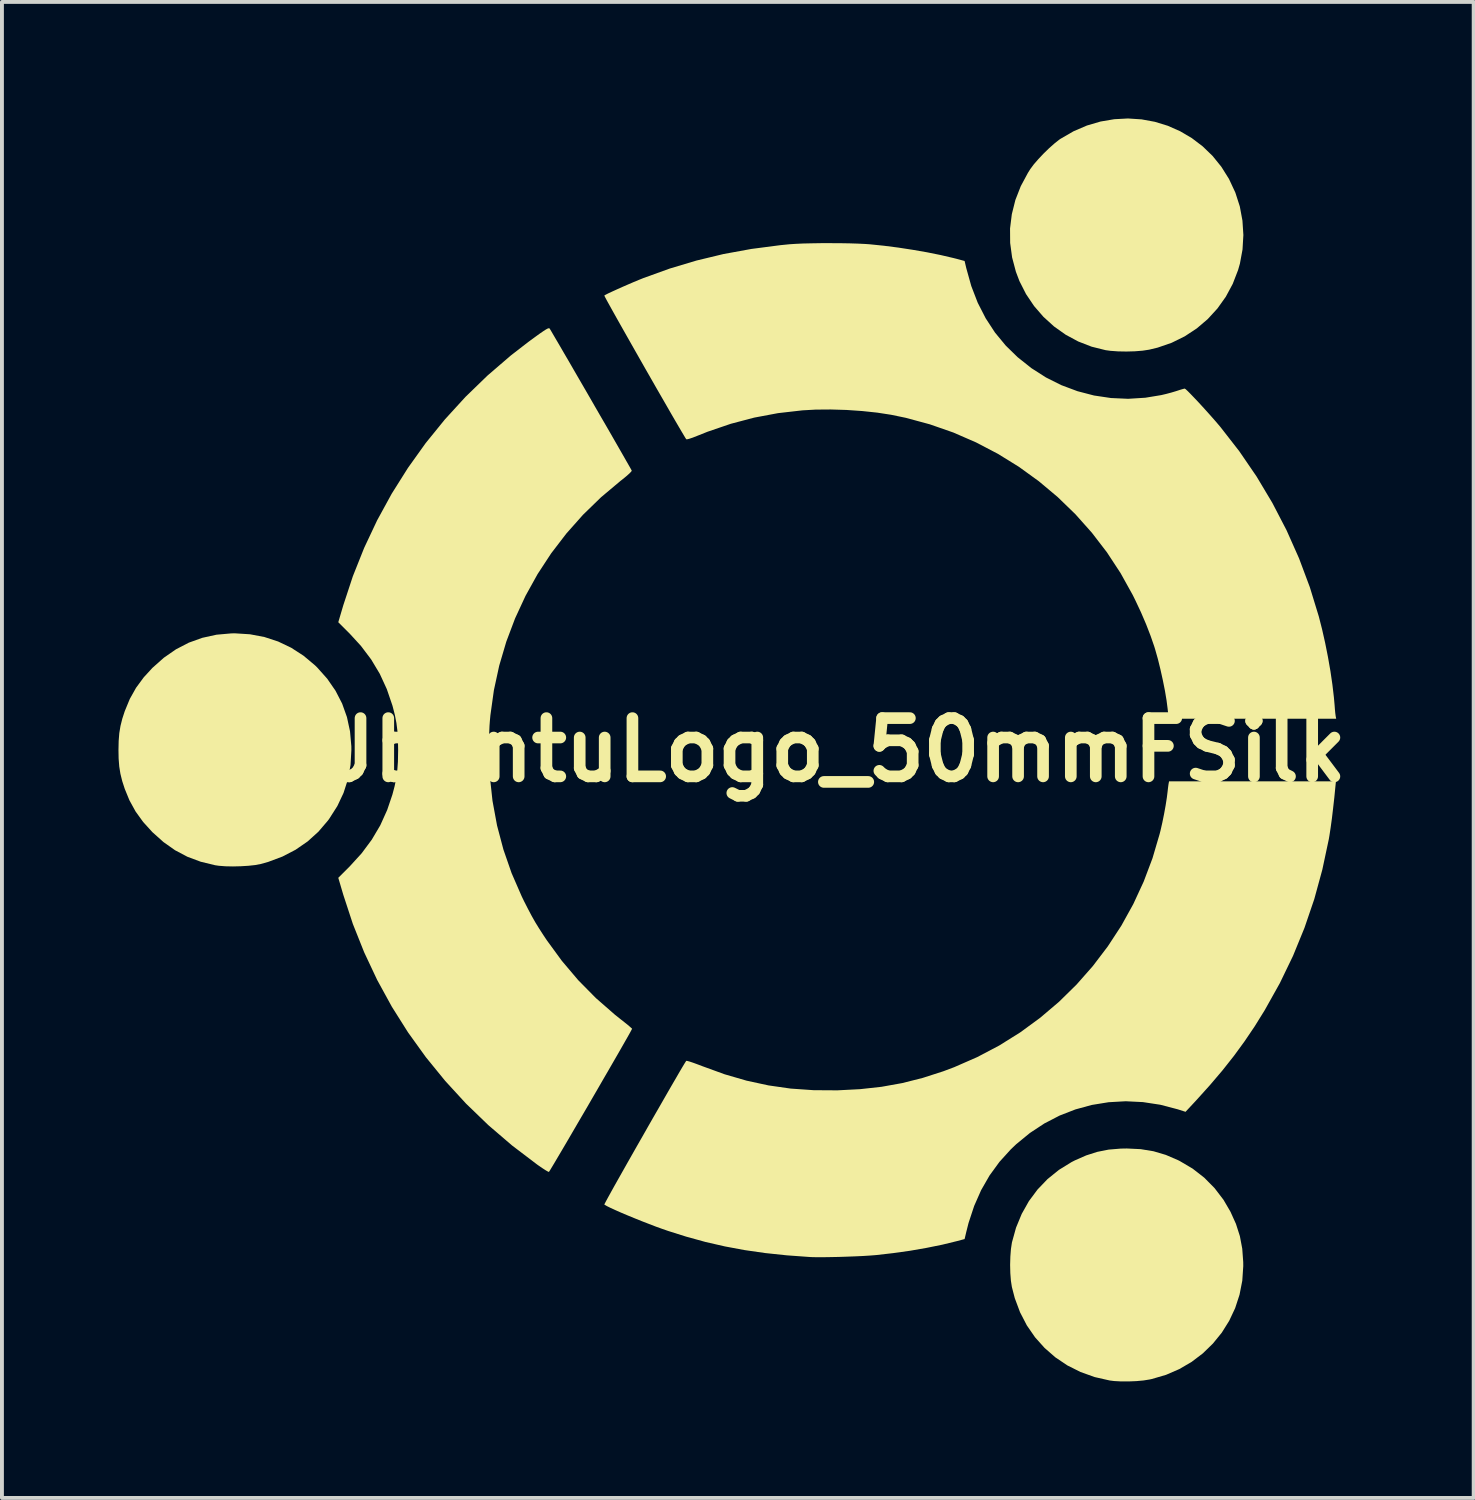
<source format=kicad_pcb>
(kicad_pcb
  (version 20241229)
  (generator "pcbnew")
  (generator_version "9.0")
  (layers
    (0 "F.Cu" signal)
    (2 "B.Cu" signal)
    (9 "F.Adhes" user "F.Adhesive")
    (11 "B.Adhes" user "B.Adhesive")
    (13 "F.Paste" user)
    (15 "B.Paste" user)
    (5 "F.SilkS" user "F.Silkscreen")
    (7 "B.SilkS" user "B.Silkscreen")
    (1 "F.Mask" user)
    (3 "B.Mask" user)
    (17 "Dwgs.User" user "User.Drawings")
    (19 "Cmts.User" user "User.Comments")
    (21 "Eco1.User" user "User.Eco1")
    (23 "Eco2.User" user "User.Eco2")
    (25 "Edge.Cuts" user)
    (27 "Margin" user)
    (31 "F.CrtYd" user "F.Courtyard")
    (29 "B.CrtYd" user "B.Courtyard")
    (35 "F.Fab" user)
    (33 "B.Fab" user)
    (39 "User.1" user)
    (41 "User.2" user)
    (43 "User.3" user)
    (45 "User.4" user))
  (footprint "UbuntuLogo_50mmFSilk"
    (layer "F.Cu")
    (at 18.303 16.259)
    (property "Reference" "UbuntuLogo_50mmFSilk" (at 0 0 0) (layer "F.SilkS") (effects (font (size 1.5 1.5) (thickness 0.3))))
    (attr board_only exclude_from_pos_files exclude_from_bom)
    (fp_poly (pts (xy 8.036 -16.236) (xy 8.379 -16.173) (xy 8.711 -16.071) (xy 9.028 -15.931) (xy 9.329 -15.754) (xy 9.608 -15.542) (xy 9.864 -15.295) (xy 10.091 -15.014) (xy 10.287 -14.701) (xy 10.448 -14.356) (xy 10.451 -14.349) (xy 10.565 -13.995) (xy 10.633 -13.629) (xy 10.657 -13.258) (xy 10.635 -12.886) (xy 10.568 -12.522) (xy 10.521 -12.358) (xy 10.383 -12.001) (xy 10.205 -11.67) (xy 9.989 -11.367) (xy 9.739 -11.094) (xy 9.457 -10.854) (xy 9.147 -10.65) (xy 8.81 -10.484) (xy 8.451 -10.36) (xy 8.232 -10.307) (xy 8.062 -10.281) (xy 7.861 -10.265) (xy 7.645 -10.259) (xy 7.431 -10.263) (xy 7.236 -10.277) (xy 7.111 -10.294) (xy 6.75 -10.384) (xy 6.405 -10.518) (xy 6.082 -10.692) (xy 5.782 -10.905) (xy 5.51 -11.152) (xy 5.268 -11.431) (xy 5.061 -11.739) (xy 4.892 -12.072) (xy 4.801 -12.312) (xy 4.703 -12.682) (xy 4.653 -13.054) (xy 4.65 -13.427) (xy 4.696 -13.796) (xy 4.787 -14.16) (xy 4.926 -14.516) (xy 5.111 -14.86) (xy 5.172 -14.957) (xy 5.261 -15.077) (xy 5.379 -15.213) (xy 5.514 -15.356) (xy 5.656 -15.494) (xy 5.795 -15.617) (xy 5.919 -15.715) (xy 5.95 -15.736) (xy 6.284 -15.929) (xy 6.628 -16.077) (xy 6.979 -16.18) (xy 7.333 -16.24) (xy 7.686 -16.259)) (stroke (width 0) (type solid)) (fill yes) (layer "F.SilkS"))
    (fp_poly (pts (xy -14.918 -2.98) (xy -14.548 -2.91) (xy -14.193 -2.794) (xy -13.856 -2.633) (xy -13.539 -2.428) (xy -13.243 -2.18) (xy -13.187 -2.125) (xy -12.929 -1.836) (xy -12.715 -1.526) (xy -12.545 -1.196) (xy -12.421 -0.848) (xy -12.342 -0.481) (xy -12.308 -0.096) (xy -12.307 0) (xy -12.329 0.387) (xy -12.396 0.754) (xy -12.509 1.105) (xy -12.668 1.442) (xy -12.874 1.765) (xy -12.911 1.816) (xy -13.156 2.103) (xy -13.434 2.354) (xy -13.743 2.567) (xy -14.082 2.743) (xy -14.45 2.881) (xy -14.64 2.934) (xy -14.782 2.961) (xy -14.958 2.98) (xy -15.154 2.992) (xy -15.356 2.997) (xy -15.548 2.993) (xy -15.717 2.98) (xy -15.814 2.966) (xy -16.185 2.876) (xy -16.528 2.748) (xy -16.846 2.58) (xy -17.145 2.369) (xy -17.429 2.115) (xy -17.667 1.853) (xy -17.862 1.583) (xy -18.021 1.294) (xy -18.141 1.001) (xy -18.207 0.798) (xy -18.253 0.611) (xy -18.283 0.425) (xy -18.299 0.222) (xy -18.303 0) (xy -18.298 -0.233) (xy -18.282 -0.435) (xy -18.251 -0.621) (xy -18.204 -0.808) (xy -18.141 -1.001) (xy -18.011 -1.316) (xy -17.85 -1.603) (xy -17.652 -1.872) (xy -17.429 -2.115) (xy -17.135 -2.376) (xy -16.822 -2.593) (xy -16.492 -2.764) (xy -16.144 -2.889) (xy -15.778 -2.969) (xy -15.396 -3.003) (xy -15.301 -3.004)) (stroke (width 0) (type solid)) (fill yes) (layer "F.SilkS"))
    (fp_poly (pts (xy 8.012 10.275) (xy 8.342 10.329) (xy 8.66 10.423) (xy 8.976 10.559) (xy 9.021 10.582) (xy 9.351 10.777) (xy 9.65 11.01) (xy 9.915 11.278) (xy 10.145 11.579) (xy 10.325 11.887) (xy 10.467 12.202) (xy 10.567 12.515) (xy 10.628 12.838) (xy 10.653 13.182) (xy 10.654 13.286) (xy 10.629 13.661) (xy 10.558 14.023) (xy 10.445 14.369) (xy 10.291 14.696) (xy 10.1 15.001) (xy 9.873 15.28) (xy 9.614 15.532) (xy 9.325 15.752) (xy 9.008 15.937) (xy 8.667 16.085) (xy 8.302 16.192) (xy 8.243 16.205) (xy 8.087 16.23) (xy 7.902 16.247) (xy 7.704 16.255) (xy 7.509 16.255) (xy 7.332 16.245) (xy 7.217 16.231) (xy 6.829 16.143) (xy 6.466 16.013) (xy 6.128 15.844) (xy 5.819 15.637) (xy 5.54 15.394) (xy 5.294 15.119) (xy 5.082 14.812) (xy 4.908 14.476) (xy 4.772 14.112) (xy 4.697 13.823) (xy 4.672 13.661) (xy 4.657 13.466) (xy 4.652 13.255) (xy 4.658 13.043) (xy 4.673 12.847) (xy 4.698 12.681) (xy 4.699 12.676) (xy 4.804 12.297) (xy 4.95 11.943) (xy 5.135 11.614) (xy 5.358 11.314) (xy 5.616 11.045) (xy 5.908 10.809) (xy 6.232 10.609) (xy 6.32 10.564) (xy 6.611 10.436) (xy 6.896 10.345) (xy 7.187 10.287) (xy 7.5 10.261) (xy 7.657 10.258)) (stroke (width 0) (type solid)) (fill yes) (layer "F.SilkS"))
    (fp_poly (pts (xy 13.028 0.922) (xy 12.999 1.217) (xy 12.967 1.5) (xy 12.936 1.762) (xy 12.904 1.995) (xy 12.874 2.193) (xy 12.857 2.293) (xy 12.69 3.078) (xy 12.482 3.839) (xy 12.23 4.578) (xy 11.935 5.299) (xy 11.595 6.003) (xy 11.209 6.693) (xy 11.195 6.716) (xy 10.946 7.117) (xy 10.687 7.5) (xy 10.414 7.874) (xy 10.12 8.246) (xy 9.797 8.626) (xy 9.441 9.021) (xy 9.36 9.108) (xy 9.168 9.314) (xy 8.962 9.248) (xy 8.518 9.132) (xy 8.072 9.064) (xy 7.628 9.042) (xy 7.188 9.067) (xy 6.756 9.137) (xy 6.334 9.252) (xy 5.925 9.411) (xy 5.533 9.614) (xy 5.161 9.859) (xy 4.811 10.146) (xy 4.672 10.278) (xy 4.378 10.602) (xy 4.123 10.952) (xy 3.906 11.33) (xy 3.726 11.738) (xy 3.581 12.178) (xy 3.523 12.407) (xy 3.48 12.59) (xy 3.273 12.645) (xy 2.904 12.735) (xy 2.5 12.817) (xy 2.075 12.891) (xy 1.64 12.952) (xy 1.211 13.001) (xy 1.18 13.004) (xy 1.036 13.015) (xy 0.861 13.026) (xy 0.662 13.035) (xy 0.451 13.043) (xy 0.236 13.05) (xy 0.028 13.054) (xy -0.164 13.057) (xy -0.33 13.057) (xy -0.461 13.054) (xy -0.501 13.052) (xy -1.095 13.009) (xy -1.653 12.95) (xy -2.182 12.874) (xy -2.692 12.779) (xy -3.193 12.664) (xy -3.693 12.526) (xy -4.152 12.381) (xy -4.299 12.33) (xy -4.466 12.27) (xy -4.645 12.201) (xy -4.831 12.129) (xy -5.017 12.054) (xy -5.197 11.98) (xy -5.365 11.909) (xy -5.514 11.843) (xy -5.638 11.786) (xy -5.731 11.74) (xy -5.786 11.708) (xy -5.795 11.701) (xy -5.785 11.678) (xy -5.753 11.617) (xy -5.701 11.521) (xy -5.631 11.394) (xy -5.545 11.239) (xy -5.445 11.061) (xy -5.333 10.863) (xy -5.212 10.648) (xy -5.083 10.421) (xy -4.949 10.185) (xy -4.811 9.944) (xy -4.673 9.701) (xy -4.536 9.461) (xy -4.401 9.227) (xy -4.272 9.002) (xy -4.151 8.791) (xy -4.039 8.597) (xy -3.938 8.424) (xy -3.852 8.275) (xy -3.781 8.155) (xy -3.728 8.067) (xy -3.695 8.015) (xy -3.687 8.002) (xy -3.659 8.004) (xy -3.594 8.022) (xy -3.499 8.054) (xy -3.382 8.097) (xy -3.269 8.14) (xy -2.697 8.348) (xy -2.133 8.512) (xy -1.569 8.634) (xy -0.997 8.716) (xy -0.408 8.757) (xy 0.205 8.761) (xy 0.206 8.761) (xy 0.788 8.731) (xy 1.341 8.67) (xy 1.876 8.574) (xy 2.402 8.441) (xy 2.93 8.271) (xy 3.212 8.165) (xy 3.804 7.906) (xy 4.372 7.607) (xy 4.914 7.268) (xy 5.427 6.892) (xy 5.911 6.481) (xy 6.363 6.037) (xy 6.782 5.561) (xy 7.166 5.056) (xy 7.514 4.524) (xy 7.823 3.966) (xy 8.091 3.386) (xy 8.318 2.784) (xy 8.501 2.162) (xy 8.523 2.076) (xy 8.57 1.87) (xy 8.615 1.649) (xy 8.655 1.428) (xy 8.687 1.223) (xy 8.707 1.062) (xy 8.717 0.973) (xy 8.727 0.897) (xy 8.733 0.861) (xy 8.744 0.806) (xy 10.892 0.806) (xy 13.04 0.806)) (stroke (width 0) (type solid)) (fill yes) (layer "F.SilkS"))
    (fp_poly (pts (xy -7.207 -10.855) (xy -7.205 -10.854) (xy -7.19 -10.83) (xy -7.153 -10.768) (xy -7.096 -10.67) (xy -7.021 -10.542) (xy -6.93 -10.387) (xy -6.826 -10.207) (xy -6.71 -10.009) (xy -6.586 -9.794) (xy -6.454 -9.566) (xy -6.317 -9.33) (xy -6.178 -9.09) (xy -6.039 -8.848) (xy -5.901 -8.609) (xy -5.766 -8.377) (xy -5.638 -8.155) (xy -5.518 -7.946) (xy -5.409 -7.756) (xy -5.312 -7.587) (xy -5.23 -7.443) (xy -5.164 -7.328) (xy -5.118 -7.247) (xy -5.093 -7.201) (xy -5.089 -7.193) (xy -5.103 -7.167) (xy -5.152 -7.117) (xy -5.231 -7.047) (xy -5.335 -6.962) (xy -5.378 -6.929) (xy -5.879 -6.508) (xy -6.344 -6.056) (xy -6.772 -5.574) (xy -7.163 -5.064) (xy -7.514 -4.528) (xy -7.824 -3.969) (xy -8.093 -3.388) (xy -8.319 -2.789) (xy -8.501 -2.172) (xy -8.638 -1.54) (xy -8.728 -0.896) (xy -8.742 -0.745) (xy -8.751 -0.619) (xy -8.758 -0.459) (xy -8.764 -0.283) (xy -8.767 -0.105) (xy -8.767 0) (xy -8.744 0.661) (xy -8.674 1.308) (xy -8.557 1.942) (xy -8.393 2.562) (xy -8.182 3.17) (xy -7.923 3.765) (xy -7.863 3.889) (xy -7.758 4.095) (xy -7.665 4.271) (xy -7.574 4.432) (xy -7.476 4.591) (xy -7.364 4.765) (xy -7.276 4.897) (xy -6.888 5.428) (xy -6.467 5.925) (xy -6.012 6.386) (xy -5.521 6.815) (xy -5.379 6.928) (xy -5.276 7.009) (xy -5.189 7.079) (xy -5.124 7.135) (xy -5.086 7.169) (xy -5.081 7.176) (xy -5.093 7.201) (xy -5.127 7.265) (xy -5.182 7.363) (xy -5.255 7.491) (xy -5.344 7.647) (xy -5.447 7.827) (xy -5.562 8.026) (xy -5.686 8.241) (xy -5.818 8.468) (xy -5.954 8.704) (xy -6.094 8.945) (xy -6.234 9.187) (xy -6.374 9.426) (xy -6.51 9.659) (xy -6.64 9.882) (xy -6.762 10.091) (xy -6.875 10.283) (xy -6.976 10.454) (xy -7.062 10.6) (xy -7.132 10.717) (xy -7.183 10.802) (xy -7.214 10.851) (xy -7.222 10.862) (xy -7.25 10.851) (xy -7.309 10.817) (xy -7.392 10.763) (xy -7.491 10.695) (xy -7.525 10.671) (xy -8.171 10.18) (xy -8.781 9.657) (xy -9.355 9.103) (xy -9.891 8.519) (xy -10.389 7.908) (xy -10.848 7.27) (xy -11.266 6.607) (xy -11.643 5.919) (xy -11.977 5.209) (xy -12.269 4.477) (xy -12.515 3.727) (xy -12.644 3.29) (xy -12.349 2.995) (xy -12.043 2.659) (xy -11.782 2.308) (xy -11.563 1.938) (xy -11.385 1.543) (xy -11.251 1.148) (xy -11.194 0.932) (xy -11.153 0.729) (xy -11.125 0.524) (xy -11.109 0.302) (xy -11.104 0.049) (xy -11.103 0) (xy -11.108 -0.26) (xy -11.121 -0.486) (xy -11.147 -0.693) (xy -11.186 -0.896) (xy -11.24 -1.108) (xy -11.251 -1.148) (xy -11.395 -1.569) (xy -11.576 -1.962) (xy -11.797 -2.331) (xy -12.061 -2.681) (xy -12.349 -2.995) (xy -12.644 -3.29) (xy -12.515 -3.727) (xy -12.269 -4.474) (xy -11.978 -5.204) (xy -11.644 -5.913) (xy -11.268 -6.6) (xy -10.85 -7.264) (xy -10.394 -7.902) (xy -9.899 -8.512) (xy -9.368 -9.093) (xy -8.801 -9.642) (xy -8.2 -10.159) (xy -7.753 -10.505) (xy -7.593 -10.622) (xy -7.468 -10.713) (xy -7.372 -10.779) (xy -7.303 -10.824) (xy -7.255 -10.85) (xy -7.225 -10.859)) (stroke (width 0) (type solid)) (fill yes) (layer "F.SilkS"))
    (fp_poly (pts (xy 0.281 -13.048) (xy 0.519 -13.044) (xy 0.737 -13.037) (xy 0.924 -13.028) (xy 1.038 -13.02) (xy 1.399 -12.983) (xy 1.773 -12.935) (xy 2.15 -12.877) (xy 2.518 -12.813) (xy 2.864 -12.743) (xy 3.177 -12.67) (xy 3.273 -12.646) (xy 3.48 -12.59) (xy 3.523 -12.407) (xy 3.652 -11.945) (xy 3.818 -11.515) (xy 4.022 -11.116) (xy 4.262 -10.748) (xy 4.541 -10.41) (xy 4.842 -10.116) (xy 5.197 -9.833) (xy 5.574 -9.592) (xy 5.972 -9.393) (xy 6.386 -9.238) (xy 6.812 -9.127) (xy 7.248 -9.062) (xy 7.69 -9.042) (xy 8.135 -9.07) (xy 8.541 -9.137) (xy 8.668 -9.167) (xy 8.803 -9.203) (xy 8.92 -9.238) (xy 8.942 -9.245) (xy 9.031 -9.274) (xy 9.103 -9.295) (xy 9.144 -9.305) (xy 9.147 -9.305) (xy 9.173 -9.288) (xy 9.226 -9.239) (xy 9.301 -9.163) (xy 9.393 -9.067) (xy 9.499 -8.955) (xy 9.612 -8.832) (xy 9.728 -8.704) (xy 9.842 -8.576) (xy 9.95 -8.453) (xy 10.045 -8.341) (xy 10.067 -8.315) (xy 10.552 -7.692) (xy 10.998 -7.04) (xy 11.403 -6.362) (xy 11.768 -5.659) (xy 12.09 -4.935) (xy 12.368 -4.192) (xy 12.601 -3.432) (xy 12.601 -3.431) (xy 12.684 -3.105) (xy 12.763 -2.755) (xy 12.835 -2.393) (xy 12.898 -2.032) (xy 12.949 -1.683) (xy 12.987 -1.36) (xy 13.005 -1.16) (xy 13.013 -1.053) (xy 13.022 -0.957) (xy 13.031 -0.888) (xy 13.033 -0.873) (xy 13.046 -0.806) (xy 10.895 -0.806) (xy 8.744 -0.806) (xy 8.733 -0.861) (xy 8.724 -0.915) (xy 8.714 -0.997) (xy 8.707 -1.062) (xy 8.679 -1.28) (xy 8.637 -1.53) (xy 8.583 -1.8) (xy 8.522 -2.075) (xy 8.456 -2.343) (xy 8.386 -2.59) (xy 8.364 -2.662) (xy 8.27 -2.935) (xy 8.154 -3.235) (xy 8.02 -3.548) (xy 7.873 -3.86) (xy 7.808 -3.992) (xy 7.495 -4.555) (xy 7.144 -5.09) (xy 6.756 -5.595) (xy 6.333 -6.07) (xy 5.877 -6.512) (xy 5.392 -6.919) (xy 4.878 -7.291) (xy 4.338 -7.625) (xy 3.774 -7.92) (xy 3.19 -8.174) (xy 2.585 -8.385) (xy 1.964 -8.553) (xy 1.587 -8.631) (xy 1.231 -8.686) (xy 0.844 -8.727) (xy 0.44 -8.755) (xy 0.036 -8.767) (xy -0.354 -8.764) (xy -0.693 -8.745) (xy -1.322 -8.673) (xy -1.935 -8.558) (xy -2.538 -8.399) (xy -3.138 -8.194) (xy -3.414 -8.084) (xy -3.521 -8.042) (xy -3.608 -8.013) (xy -3.666 -7.999) (xy -3.685 -8.001) (xy -3.706 -8.031) (xy -3.747 -8.1) (xy -3.808 -8.202) (xy -3.886 -8.335) (xy -3.979 -8.494) (xy -4.085 -8.677) (xy -4.201 -8.879) (xy -4.326 -9.096) (xy -4.458 -9.325) (xy -4.594 -9.563) (xy -4.732 -9.804) (xy -4.87 -10.047) (xy -5.006 -10.286) (xy -5.138 -10.519) (xy -5.264 -10.741) (xy -5.382 -10.95) (xy -5.489 -11.14) (xy -5.583 -11.308) (xy -5.663 -11.452) (xy -5.726 -11.566) (xy -5.77 -11.648) (xy -5.793 -11.693) (xy -5.795 -11.701) (xy -5.762 -11.721) (xy -5.692 -11.757) (xy -5.591 -11.804) (xy -5.468 -11.86) (xy -5.33 -11.922) (xy -5.185 -11.985) (xy -5.041 -12.047) (xy -4.904 -12.104) (xy -4.787 -12.151) (xy -4.108 -12.396) (xy -3.424 -12.601) (xy -2.727 -12.769) (xy -2.01 -12.9) (xy -1.266 -12.997) (xy -1.026 -13.021) (xy -0.872 -13.031) (xy -0.679 -13.04) (xy -0.458 -13.045) (xy -0.217 -13.049) (xy 0.032 -13.049)) (stroke (width 0) (type solid)) (fill yes) (layer "F.SilkS")))
  (gr_rect
    (start -3 -3)
    (end 34.889 35.514)
    (stroke (width 0.1) (type default))
    (fill no)
    (layer "Edge.Cuts")))
</source>
